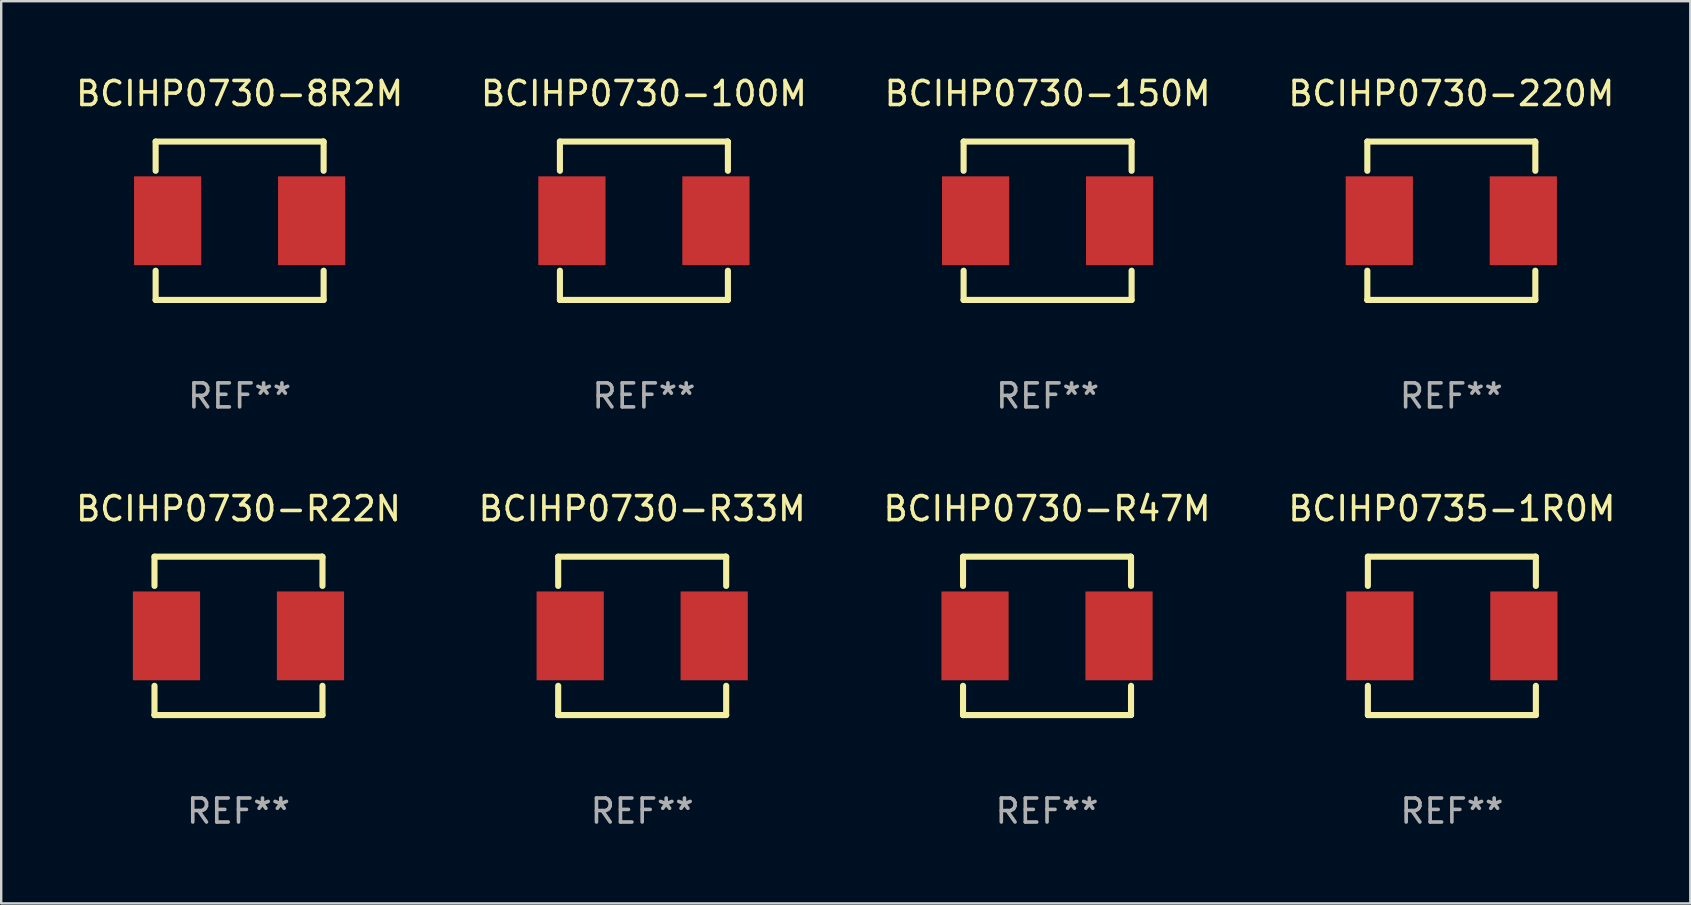
<source format=kicad_pcb>
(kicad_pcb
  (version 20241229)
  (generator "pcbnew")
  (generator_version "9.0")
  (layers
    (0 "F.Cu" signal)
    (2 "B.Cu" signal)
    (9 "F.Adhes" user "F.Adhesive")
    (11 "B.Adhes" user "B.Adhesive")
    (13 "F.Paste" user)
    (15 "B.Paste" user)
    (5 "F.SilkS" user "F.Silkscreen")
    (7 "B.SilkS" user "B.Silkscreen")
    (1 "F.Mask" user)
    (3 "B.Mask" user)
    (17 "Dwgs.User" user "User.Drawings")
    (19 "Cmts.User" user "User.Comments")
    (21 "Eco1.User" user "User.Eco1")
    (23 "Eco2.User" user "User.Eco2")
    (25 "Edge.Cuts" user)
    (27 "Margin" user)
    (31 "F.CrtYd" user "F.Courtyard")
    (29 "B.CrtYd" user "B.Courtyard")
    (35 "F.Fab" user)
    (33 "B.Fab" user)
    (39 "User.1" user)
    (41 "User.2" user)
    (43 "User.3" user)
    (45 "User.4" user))
  (footprint "BCIHP0730-R22N"
    (layer "F.Cu")
    (at 6.887 23.445)
    (property "Reference" "BCIHP0730-R22N" (at 0 -5.3 0) (layer "F.SilkS") (effects (font (size 1 1) (thickness 0.15))))
    (attr through_hole)
    (fp_line (start -3.5 -3.3) (end 3.48 -3.3) (stroke (width 0.254) (type solid)) (layer "F.SilkS"))
    (fp_line (start -3.5 -2.081) (end -3.5 -3.3) (stroke (width 0.254) (type solid)) (layer "F.SilkS"))
    (fp_line (start -3.5 3.3) (end -3.5 2.081) (stroke (width 0.254) (type solid)) (layer "F.SilkS"))
    (fp_line (start -3.49 3.3) (end -3.5 3.3) (stroke (width 0.254) (type solid)) (layer "F.SilkS"))
    (fp_line (start 3.48 -3.3) (end 3.5 -3.28) (stroke (width 0.254) (type solid)) (layer "F.SilkS"))
    (fp_line (start 3.5 -3.3) (end 3.5 -2.081) (stroke (width 0.254) (type solid)) (layer "F.SilkS"))
    (fp_line (start 3.5 2.081) (end 3.5 3.3) (stroke (width 0.254) (type solid)) (layer "F.SilkS"))
    (fp_line (start 3.5 3.3) (end -3.49 3.3) (stroke (width 0.254) (type solid)) (layer "F.SilkS"))
    (fp_circle (center -3.5 3.3) (end -3.47 3.3) (stroke (width 0.06) (type solid)) (fill no) (layer "F.SilkS"))
    (fp_text user "REF**" (at 0 7.3 0) (layer "F.Fab") (effects (font (size 1 1) (thickness 0.15))))
    (pad "1" smd rect (at -3 0) (size 2.8 3.7) (layers "F.Cu" "F.Mask" "F.Paste"))
    (pad "2" smd rect (at 3 0) (size 2.8 3.7) (layers "F.Cu" "F.Mask" "F.Paste")))
  (footprint "BCIHP0730-220M"
    (layer "F.Cu")
    (at 57.423 6.148)
    (property "Reference" "BCIHP0730-220M" (at 0 -5.3 0) (layer "F.SilkS") (effects (font (size 1 1) (thickness 0.15))))
    (attr through_hole)
    (fp_line (start -3.5 -3.3) (end 3.48 -3.3) (stroke (width 0.254) (type solid)) (layer "F.SilkS"))
    (fp_line (start -3.5 -2.081) (end -3.5 -3.3) (stroke (width 0.254) (type solid)) (layer "F.SilkS"))
    (fp_line (start -3.5 3.3) (end -3.5 2.081) (stroke (width 0.254) (type solid)) (layer "F.SilkS"))
    (fp_line (start -3.49 3.3) (end -3.5 3.3) (stroke (width 0.254) (type solid)) (layer "F.SilkS"))
    (fp_line (start 3.48 -3.3) (end 3.5 -3.28) (stroke (width 0.254) (type solid)) (layer "F.SilkS"))
    (fp_line (start 3.5 -3.3) (end 3.5 -2.081) (stroke (width 0.254) (type solid)) (layer "F.SilkS"))
    (fp_line (start 3.5 2.081) (end 3.5 3.3) (stroke (width 0.254) (type solid)) (layer "F.SilkS"))
    (fp_line (start 3.5 3.3) (end -3.49 3.3) (stroke (width 0.254) (type solid)) (layer "F.SilkS"))
    (fp_circle (center -3.5 3.3) (end -3.47 3.3) (stroke (width 0.06) (type solid)) (fill no) (layer "F.SilkS"))
    (fp_text user "REF**" (at 0 7.3 0) (layer "F.Fab") (effects (font (size 1 1) (thickness 0.15))))
    (pad "1" smd rect (at -3 0) (size 2.8 3.7) (layers "F.Cu" "F.Mask" "F.Paste"))
    (pad "2" smd rect (at 3 0) (size 2.8 3.7) (layers "F.Cu" "F.Mask" "F.Paste")))
  (footprint "BCIHP0730-8R2M"
    (layer "F.Cu")
    (at 6.935 6.148)
    (property "Reference" "BCIHP0730-8R2M" (at 0 -5.3 0) (layer "F.SilkS") (effects (font (size 1 1) (thickness 0.15))))
    (attr through_hole)
    (fp_line (start -3.5 -3.3) (end 3.48 -3.3) (stroke (width 0.254) (type solid)) (layer "F.SilkS"))
    (fp_line (start -3.5 -2.081) (end -3.5 -3.3) (stroke (width 0.254) (type solid)) (layer "F.SilkS"))
    (fp_line (start -3.5 3.3) (end -3.5 2.081) (stroke (width 0.254) (type solid)) (layer "F.SilkS"))
    (fp_line (start -3.49 3.3) (end -3.5 3.3) (stroke (width 0.254) (type solid)) (layer "F.SilkS"))
    (fp_line (start 3.48 -3.3) (end 3.5 -3.28) (stroke (width 0.254) (type solid)) (layer "F.SilkS"))
    (fp_line (start 3.5 -3.3) (end 3.5 -2.081) (stroke (width 0.254) (type solid)) (layer "F.SilkS"))
    (fp_line (start 3.5 2.081) (end 3.5 3.3) (stroke (width 0.254) (type solid)) (layer "F.SilkS"))
    (fp_line (start 3.5 3.3) (end -3.49 3.3) (stroke (width 0.254) (type solid)) (layer "F.SilkS"))
    (fp_circle (center -3.5 3.3) (end -3.47 3.3) (stroke (width 0.06) (type solid)) (fill no) (layer "F.SilkS"))
    (fp_text user "REF**" (at 0 7.3 0) (layer "F.Fab") (effects (font (size 1 1) (thickness 0.15))))
    (pad "1" smd rect (at -3 0) (size 2.8 3.7) (layers "F.Cu" "F.Mask" "F.Paste"))
    (pad "2" smd rect (at 3 0) (size 2.8 3.7) (layers "F.Cu" "F.Mask" "F.Paste")))
  (footprint "BCIHP0730-R33M"
    (layer "F.Cu")
    (at 23.708 23.445)
    (property "Reference" "BCIHP0730-R33M" (at 0 -5.3 0) (layer "F.SilkS") (effects (font (size 1 1) (thickness 0.15))))
    (attr through_hole)
    (fp_line (start -3.5 -3.3) (end 3.48 -3.3) (stroke (width 0.254) (type solid)) (layer "F.SilkS"))
    (fp_line (start -3.5 -2.081) (end -3.5 -3.3) (stroke (width 0.254) (type solid)) (layer "F.SilkS"))
    (fp_line (start -3.5 3.3) (end -3.5 2.081) (stroke (width 0.254) (type solid)) (layer "F.SilkS"))
    (fp_line (start -3.49 3.3) (end -3.5 3.3) (stroke (width 0.254) (type solid)) (layer "F.SilkS"))
    (fp_line (start 3.48 -3.3) (end 3.5 -3.28) (stroke (width 0.254) (type solid)) (layer "F.SilkS"))
    (fp_line (start 3.5 -3.3) (end 3.5 -2.081) (stroke (width 0.254) (type solid)) (layer "F.SilkS"))
    (fp_line (start 3.5 2.081) (end 3.5 3.3) (stroke (width 0.254) (type solid)) (layer "F.SilkS"))
    (fp_line (start 3.5 3.3) (end -3.49 3.3) (stroke (width 0.254) (type solid)) (layer "F.SilkS"))
    (fp_circle (center -3.5 3.3) (end -3.47 3.3) (stroke (width 0.06) (type solid)) (fill no) (layer "F.SilkS"))
    (fp_text user "REF**" (at 0 7.3 0) (layer "F.Fab") (effects (font (size 1 1) (thickness 0.15))))
    (pad "1" smd rect (at -3 0) (size 2.8 3.7) (layers "F.Cu" "F.Mask" "F.Paste"))
    (pad "2" smd rect (at 3 0) (size 2.8 3.7) (layers "F.Cu" "F.Mask" "F.Paste")))
  (footprint "BCIHP0730-150M"
    (layer "F.Cu")
    (at 40.601 6.148)
    (property "Reference" "BCIHP0730-150M" (at 0 -5.3 0) (layer "F.SilkS") (effects (font (size 1 1) (thickness 0.15))))
    (attr through_hole)
    (fp_line (start -3.5 -3.3) (end 3.48 -3.3) (stroke (width 0.254) (type solid)) (layer "F.SilkS"))
    (fp_line (start -3.5 -2.081) (end -3.5 -3.3) (stroke (width 0.254) (type solid)) (layer "F.SilkS"))
    (fp_line (start -3.5 3.3) (end -3.5 2.081) (stroke (width 0.254) (type solid)) (layer "F.SilkS"))
    (fp_line (start -3.49 3.3) (end -3.5 3.3) (stroke (width 0.254) (type solid)) (layer "F.SilkS"))
    (fp_line (start 3.48 -3.3) (end 3.5 -3.28) (stroke (width 0.254) (type solid)) (layer "F.SilkS"))
    (fp_line (start 3.5 -3.3) (end 3.5 -2.081) (stroke (width 0.254) (type solid)) (layer "F.SilkS"))
    (fp_line (start 3.5 2.081) (end 3.5 3.3) (stroke (width 0.254) (type solid)) (layer "F.SilkS"))
    (fp_line (start 3.5 3.3) (end -3.49 3.3) (stroke (width 0.254) (type solid)) (layer "F.SilkS"))
    (fp_circle (center -3.5 3.3) (end -3.47 3.3) (stroke (width 0.06) (type solid)) (fill no) (layer "F.SilkS"))
    (fp_text user "REF**" (at 0 7.3 0) (layer "F.Fab") (effects (font (size 1 1) (thickness 0.15))))
    (pad "1" smd rect (at -3 0) (size 2.8 3.7) (layers "F.Cu" "F.Mask" "F.Paste"))
    (pad "2" smd rect (at 3 0) (size 2.8 3.7) (layers "F.Cu" "F.Mask" "F.Paste")))
  (footprint "BCIHP0735-1R0M"
    (layer "F.Cu")
    (at 57.446 23.445)
    (property "Reference" "BCIHP0735-1R0M" (at 0 -5.3 0) (layer "F.SilkS") (effects (font (size 1 1) (thickness 0.15))))
    (attr through_hole)
    (fp_line (start -3.5 -3.3) (end 3.48 -3.3) (stroke (width 0.254) (type solid)) (layer "F.SilkS"))
    (fp_line (start -3.5 -2.081) (end -3.5 -3.3) (stroke (width 0.254) (type solid)) (layer "F.SilkS"))
    (fp_line (start -3.5 3.3) (end -3.5 2.081) (stroke (width 0.254) (type solid)) (layer "F.SilkS"))
    (fp_line (start -3.49 3.3) (end -3.5 3.3) (stroke (width 0.254) (type solid)) (layer "F.SilkS"))
    (fp_line (start 3.48 -3.3) (end 3.5 -3.28) (stroke (width 0.254) (type solid)) (layer "F.SilkS"))
    (fp_line (start 3.5 -3.3) (end 3.5 -2.081) (stroke (width 0.254) (type solid)) (layer "F.SilkS"))
    (fp_line (start 3.5 2.081) (end 3.5 3.3) (stroke (width 0.254) (type solid)) (layer "F.SilkS"))
    (fp_line (start 3.5 3.3) (end -3.49 3.3) (stroke (width 0.254) (type solid)) (layer "F.SilkS"))
    (fp_circle (center -3.5 3.3) (end -3.47 3.3) (stroke (width 0.06) (type solid)) (fill no) (layer "F.SilkS"))
    (fp_text user "REF**" (at 0 7.3 0) (layer "F.Fab") (effects (font (size 1 1) (thickness 0.15))))
    (pad "1" smd rect (at -3 0) (size 2.8 3.7) (layers "F.Cu" "F.Mask" "F.Paste"))
    (pad "2" smd rect (at 3 0) (size 2.8 3.7) (layers "F.Cu" "F.Mask" "F.Paste")))
  (footprint "BCIHP0730-R47M"
    (layer "F.Cu")
    (at 40.577 23.445)
    (property "Reference" "BCIHP0730-R47M" (at 0 -5.3 0) (layer "F.SilkS") (effects (font (size 1 1) (thickness 0.15))))
    (attr through_hole)
    (fp_line (start -3.5 -3.3) (end 3.48 -3.3) (stroke (width 0.254) (type solid)) (layer "F.SilkS"))
    (fp_line (start -3.5 -2.081) (end -3.5 -3.3) (stroke (width 0.254) (type solid)) (layer "F.SilkS"))
    (fp_line (start -3.5 3.3) (end -3.5 2.081) (stroke (width 0.254) (type solid)) (layer "F.SilkS"))
    (fp_line (start -3.49 3.3) (end -3.5 3.3) (stroke (width 0.254) (type solid)) (layer "F.SilkS"))
    (fp_line (start 3.48 -3.3) (end 3.5 -3.28) (stroke (width 0.254) (type solid)) (layer "F.SilkS"))
    (fp_line (start 3.5 -3.3) (end 3.5 -2.081) (stroke (width 0.254) (type solid)) (layer "F.SilkS"))
    (fp_line (start 3.5 2.081) (end 3.5 3.3) (stroke (width 0.254) (type solid)) (layer "F.SilkS"))
    (fp_line (start 3.5 3.3) (end -3.49 3.3) (stroke (width 0.254) (type solid)) (layer "F.SilkS"))
    (fp_circle (center -3.5 3.3) (end -3.47 3.3) (stroke (width 0.06) (type solid)) (fill no) (layer "F.SilkS"))
    (fp_text user "REF**" (at 0 7.3 0) (layer "F.Fab") (effects (font (size 1 1) (thickness 0.15))))
    (pad "1" smd rect (at -3 0) (size 2.8 3.7) (layers "F.Cu" "F.Mask" "F.Paste"))
    (pad "2" smd rect (at 3 0) (size 2.8 3.7) (layers "F.Cu" "F.Mask" "F.Paste")))
  (footprint "BCIHP0730-100M"
    (layer "F.Cu")
    (at 23.78 6.148)
    (property "Reference" "BCIHP0730-100M" (at 0 -5.3 0) (layer "F.SilkS") (effects (font (size 1 1) (thickness 0.15))))
    (attr through_hole)
    (fp_line (start -3.5 -3.3) (end 3.48 -3.3) (stroke (width 0.254) (type solid)) (layer "F.SilkS"))
    (fp_line (start -3.5 -2.081) (end -3.5 -3.3) (stroke (width 0.254) (type solid)) (layer "F.SilkS"))
    (fp_line (start -3.5 3.3) (end -3.5 2.081) (stroke (width 0.254) (type solid)) (layer "F.SilkS"))
    (fp_line (start -3.49 3.3) (end -3.5 3.3) (stroke (width 0.254) (type solid)) (layer "F.SilkS"))
    (fp_line (start 3.48 -3.3) (end 3.5 -3.28) (stroke (width 0.254) (type solid)) (layer "F.SilkS"))
    (fp_line (start 3.5 -3.3) (end 3.5 -2.081) (stroke (width 0.254) (type solid)) (layer "F.SilkS"))
    (fp_line (start 3.5 2.081) (end 3.5 3.3) (stroke (width 0.254) (type solid)) (layer "F.SilkS"))
    (fp_line (start 3.5 3.3) (end -3.49 3.3) (stroke (width 0.254) (type solid)) (layer "F.SilkS"))
    (fp_circle (center -3.5 3.3) (end -3.47 3.3) (stroke (width 0.06) (type solid)) (fill no) (layer "F.SilkS"))
    (fp_text user "REF**" (at 0 7.3 0) (layer "F.Fab") (effects (font (size 1 1) (thickness 0.15))))
    (pad "1" smd rect (at -3 0) (size 2.8 3.7) (layers "F.Cu" "F.Mask" "F.Paste"))
    (pad "2" smd rect (at 3 0) (size 2.8 3.7) (layers "F.Cu" "F.Mask" "F.Paste")))
  (gr_rect
    (start -3 -3)
    (end 67.381 34.593)
    (stroke (width 0.1) (type default))
    (fill no)
    (layer "Edge.Cuts")))
</source>
